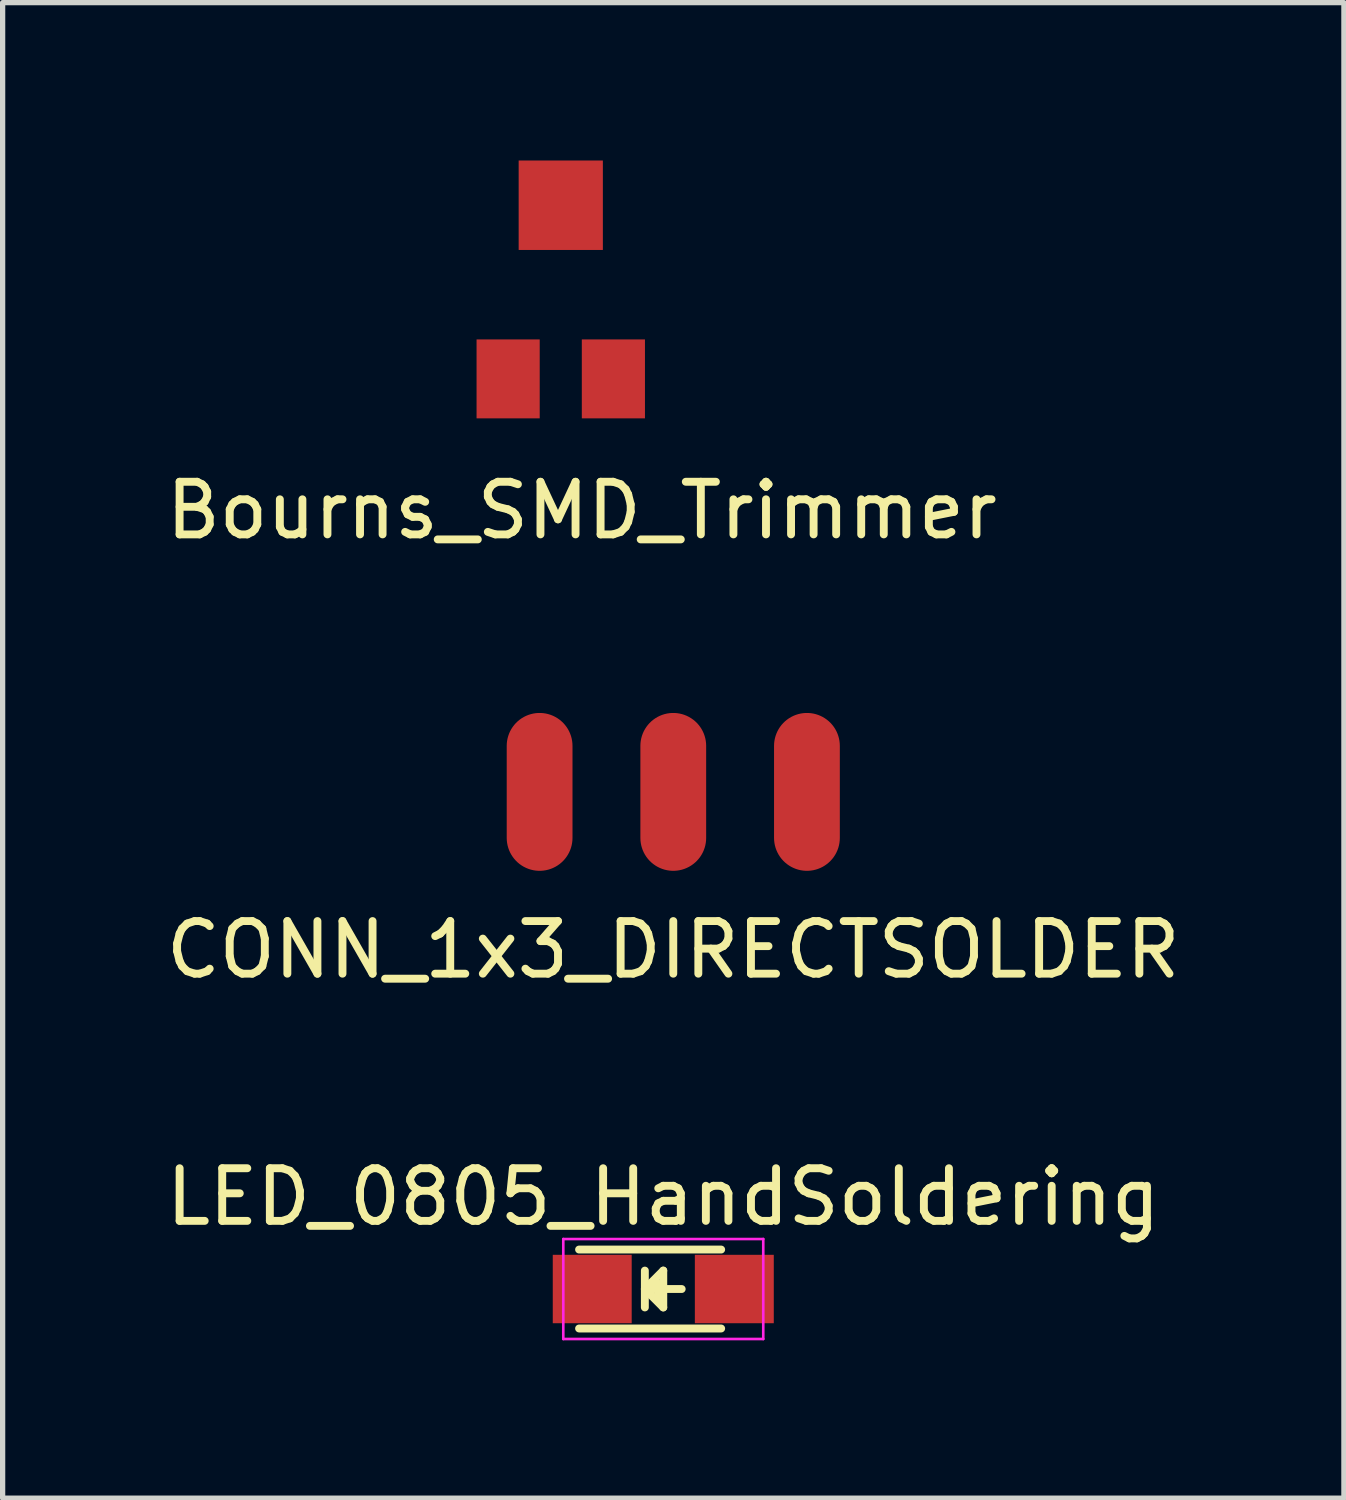
<source format=kicad_pcb>
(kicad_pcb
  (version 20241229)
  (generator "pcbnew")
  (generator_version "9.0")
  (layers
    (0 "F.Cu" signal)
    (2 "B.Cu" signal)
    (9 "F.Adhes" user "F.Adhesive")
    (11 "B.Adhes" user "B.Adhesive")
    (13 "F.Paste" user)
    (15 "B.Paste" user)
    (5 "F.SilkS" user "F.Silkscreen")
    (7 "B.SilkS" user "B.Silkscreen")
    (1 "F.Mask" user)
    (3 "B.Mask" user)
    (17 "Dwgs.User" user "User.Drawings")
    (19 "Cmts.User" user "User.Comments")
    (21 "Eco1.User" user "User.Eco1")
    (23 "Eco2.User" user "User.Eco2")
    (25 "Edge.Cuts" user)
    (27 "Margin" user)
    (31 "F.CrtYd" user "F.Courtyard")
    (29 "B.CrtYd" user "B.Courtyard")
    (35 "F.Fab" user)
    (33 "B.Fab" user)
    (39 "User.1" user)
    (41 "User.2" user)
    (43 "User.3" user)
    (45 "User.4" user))
  (footprint "LED_0805_HandSoldering"
    (layer "F.Cu")
    (at 9.554 21.445)
    (property "Reference" "LED_0805_HandSoldering" (at 0 -1.75 0) (layer "F.SilkS") (effects (font (size 1 1) (thickness 0.15))))
    (attr smd)
    (fp_line (start -1.6 -0.75) (end 1.1 -0.75) (stroke (width 0.15) (type solid)) (layer "F.SilkS"))
    (fp_line (start -1.6 0.75) (end 1.1 0.75) (stroke (width 0.15) (type solid)) (layer "F.SilkS"))
    (fp_line (start -0.35 -0.35) (end -0.35 0.35) (stroke (width 0.15) (type solid)) (layer "F.SilkS"))
    (fp_line (start -0.35 0) (end 0 -0.35) (stroke (width 0.15) (type solid)) (layer "F.SilkS"))
    (fp_line (start -0.1 -0.1) (end -0.25 0.05) (stroke (width 0.15) (type solid)) (layer "F.SilkS"))
    (fp_line (start -0.1 0.15) (end -0.1 -0.1) (stroke (width 0.15) (type solid)) (layer "F.SilkS"))
    (fp_line (start 0 -0.35) (end 0 0.35) (stroke (width 0.15) (type solid)) (layer "F.SilkS"))
    (fp_line (start 0 0) (end 0.35 0) (stroke (width 0.15) (type solid)) (layer "F.SilkS"))
    (fp_line (start 0 0.35) (end -0.35 0) (stroke (width 0.15) (type solid)) (layer "F.SilkS"))
    (fp_line (start -1.9 -0.95) (end 1.9 -0.95) (stroke (width 0.05) (type solid)) (layer "F.CrtYd"))
    (fp_line (start -1.9 0.95) (end -1.9 -0.95) (stroke (width 0.05) (type solid)) (layer "F.CrtYd"))
    (fp_line (start 1.9 -0.95) (end 1.9 0.95) (stroke (width 0.05) (type solid)) (layer "F.CrtYd"))
    (fp_line (start 1.9 0.95) (end -1.9 0.95) (stroke (width 0.05) (type solid)) (layer "F.CrtYd"))
    (pad "1" smd rect (at -1.35 0 180) (size 1.5 1.3) (layers "F.Cu" "F.Mask" "F.Paste"))
    (pad "2" smd rect (at 1.35 0 180) (size 1.5 1.3) (layers "F.Cu" "F.Mask" "F.Paste")))
  (footprint "Bourns_SMD_Trimmer"
    (layer "F.Cu")
    (at 7.606 2.35)
    (property "Reference" "Bourns_SMD_Trimmer" (at 0.4 4.3 0) (layer "F.SilkS") (effects (font (size 1 1) (thickness 0.15))))
    (attr through_hole)
    (pad "1" smd rect (at -1 1.8) (size 1.2 1.5) (layers "F.Cu" "F.Mask" "F.Paste"))
    (pad "2" smd rect (at 0 -1.5) (size 1.6 1.7) (layers "F.Cu" "F.Mask" "F.Paste"))
    (pad "3" smd rect (at 1 1.8) (size 1.2 1.5) (layers "F.Cu" "F.Mask" "F.Paste")))
  (footprint "CONN_1x3_DIRECTSOLDER"
    (layer "F.Cu")
    (at 9.744 11.998)
    (property "Reference" "CONN_1x3_DIRECTSOLDER" (at 0 3 0) (layer "F.SilkS") (effects (font (size 1 1) (thickness 0.15))))
    (attr through_hole)
    (pad "1" smd oval (at -2.54 0) (size 1.25 3) (layers "F.Cu" "F.Mask" "F.Paste"))
    (pad "2" smd oval (at 0 0) (size 1.25 3) (layers "F.Cu" "F.Mask" "F.Paste"))
    (pad "3" smd oval (at 2.54 0) (size 1.25 3) (layers "F.Cu" "F.Mask" "F.Paste")))
  (gr_rect
    (start -3 -3)
    (end 22.488 25.42)
    (stroke (width 0.1) (type default))
    (fill no)
    (layer "Edge.Cuts")))
</source>
